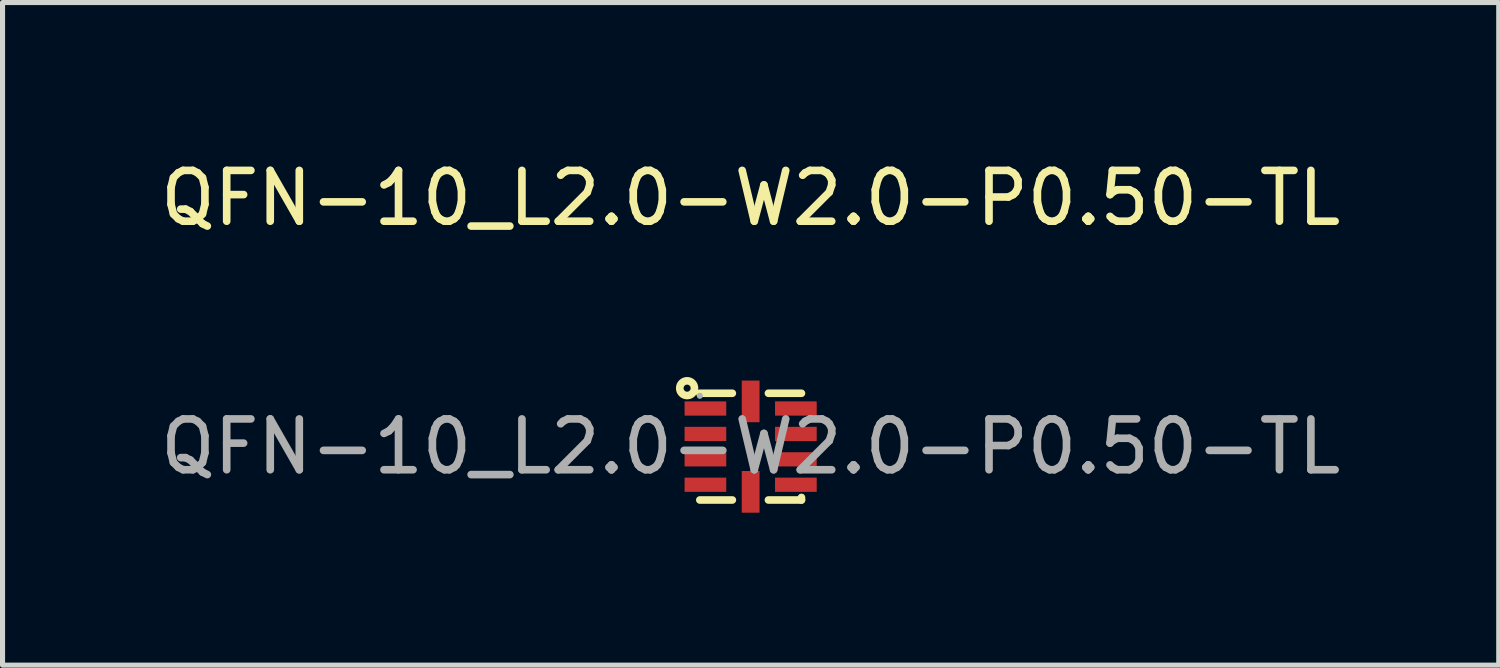
<source format=kicad_pcb>
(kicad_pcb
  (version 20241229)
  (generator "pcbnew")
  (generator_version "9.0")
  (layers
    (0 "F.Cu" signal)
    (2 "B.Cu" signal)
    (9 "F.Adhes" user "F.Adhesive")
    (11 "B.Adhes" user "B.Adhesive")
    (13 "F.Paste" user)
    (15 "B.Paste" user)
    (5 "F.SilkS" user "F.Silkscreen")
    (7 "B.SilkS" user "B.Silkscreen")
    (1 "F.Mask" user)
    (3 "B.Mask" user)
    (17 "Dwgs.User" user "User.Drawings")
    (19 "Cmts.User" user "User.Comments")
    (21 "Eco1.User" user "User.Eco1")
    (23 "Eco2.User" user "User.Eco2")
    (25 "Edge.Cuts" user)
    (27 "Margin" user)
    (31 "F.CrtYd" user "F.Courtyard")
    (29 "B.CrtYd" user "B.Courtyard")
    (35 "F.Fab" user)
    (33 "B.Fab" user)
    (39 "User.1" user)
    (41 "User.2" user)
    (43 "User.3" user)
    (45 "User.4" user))
  (footprint "QFN-10_L2.0-W2.0-P0.50-TL"
    (layer "F.Cu")
    (at 11.72 5.738)
    (property "Reference" "QFN-10_L2.0-W2.0-P0.50-TL" (at 0 -4.89 0) (layer "F.SilkS") (effects (font (size 1 1) (thickness 0.15))))
    (attr smd)
    (fp_line (start -1 -1.05) (end -0.36 -1.05) (stroke (width 0.15) (type solid)) (layer "F.SilkS"))
    (fp_line (start -0.36 1.05) (end -1 1.05) (stroke (width 0.15) (type solid)) (layer "F.SilkS"))
    (fp_line (start 0.35 -1.05) (end 1 -1.05) (stroke (width 0.15) (type solid)) (layer "F.SilkS"))
    (fp_line (start 1 1) (end 1 1.05) (stroke (width 0.15) (type solid)) (layer "F.SilkS"))
    (fp_line (start 1 1.05) (end 0.35 1.05) (stroke (width 0.15) (type solid)) (layer "F.SilkS"))
    (fp_circle (center -1.25 -1.15) (end -1.18 -1.15) (stroke (width 0.15) (type solid)) (fill no) (layer "F.SilkS"))
    (fp_circle (center -1 -1) (end -0.97 -1) (stroke (width 0.06) (type solid)) (fill no) (layer "F.Fab"))
    (fp_text user "${REFERENCE}" (at 0 0 0) (layer "F.Fab") (effects (font (size 1 1) (thickness 0.15))))
    (pad "1" smd rect (at -0.89 -0.75 270) (size 0.28 0.82) (layers "F.Cu" "F.Mask" "F.Paste"))
    (pad "2" smd rect (at -0.89 -0.25 270) (size 0.28 0.82) (layers "F.Cu" "F.Mask" "F.Paste"))
    (pad "3" smd rect (at -0.89 0.25 270) (size 0.28 0.82) (layers "F.Cu" "F.Mask" "F.Paste"))
    (pad "4" smd rect (at -0.89 0.75 270) (size 0.28 0.82) (layers "F.Cu" "F.Mask" "F.Paste"))
    (pad "5" smd rect (at 0 0.89 270) (size 0.82 0.35) (layers "F.Cu" "F.Mask" "F.Paste"))
    (pad "6" smd rect (at 0.89 0.75 270) (size 0.28 0.82) (layers "F.Cu" "F.Mask" "F.Paste"))
    (pad "7" smd rect (at 0.89 0.25 270) (size 0.28 0.82) (layers "F.Cu" "F.Mask" "F.Paste"))
    (pad "8" smd rect (at 0.89 -0.25 270) (size 0.28 0.82) (layers "F.Cu" "F.Mask" "F.Paste"))
    (pad "9" smd rect (at 0.89 -0.75 270) (size 0.28 0.82) (layers "F.Cu" "F.Mask" "F.Paste"))
    (pad "10" smd rect (at 0 -0.89 270) (size 0.82 0.35) (layers "F.Cu" "F.Mask" "F.Paste")))
  (gr_rect
    (start -3 -3)
    (end 26.44 10.038)
    (stroke (width 0.1) (type default))
    (fill no)
    (layer "Edge.Cuts")))
</source>
